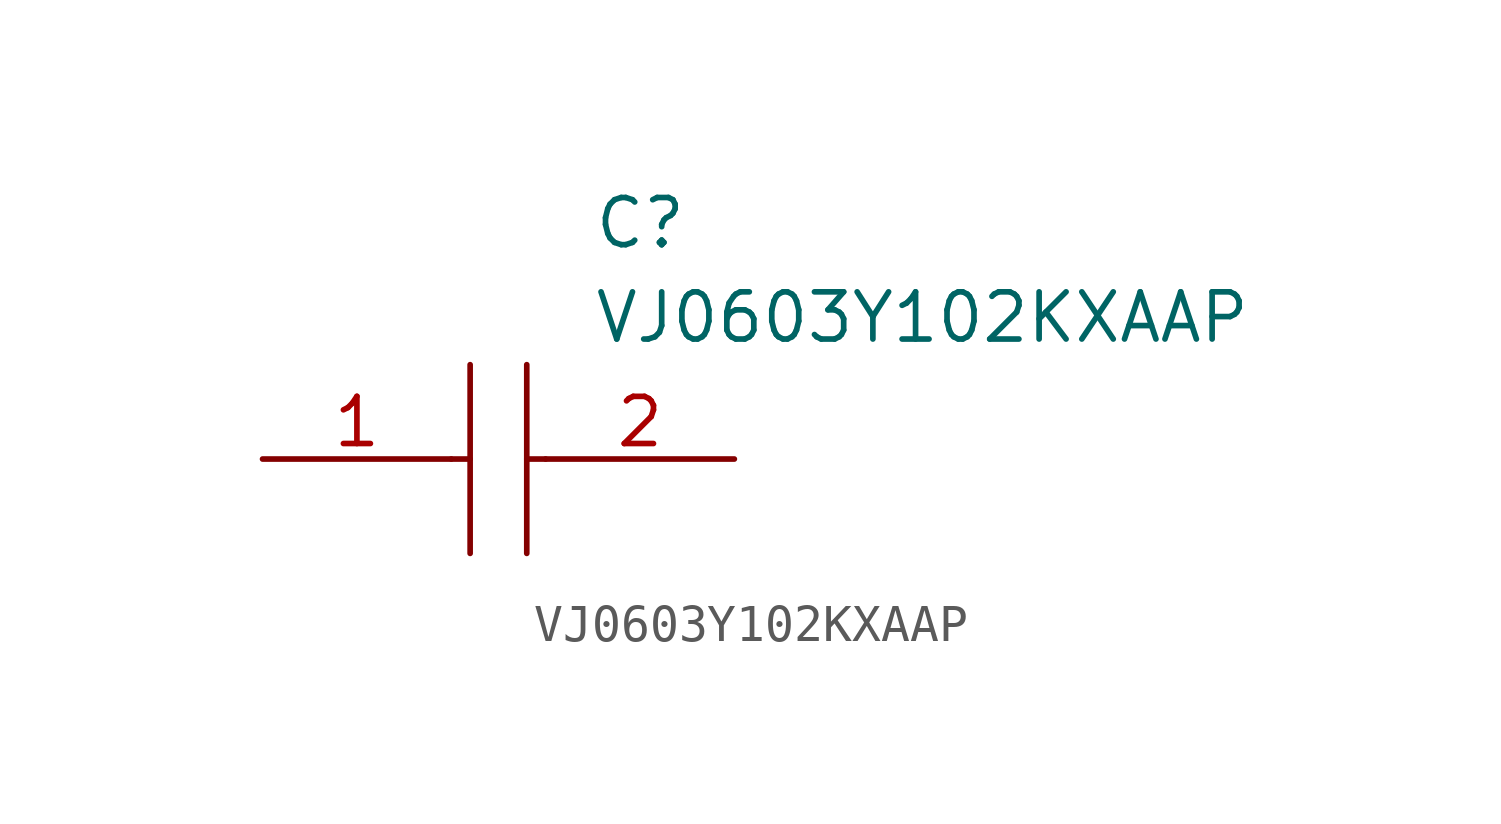
<source format=kicad_sym>
(kicad_symbol_lib
  (version 20211014)
  (generator kicad_symbol_editor)
  (symbol "VJ0603Y102KXAAP"
    (pin_names
      (offset 0.762))
    (property "Reference" "C"
      (at 8.89 6.35 0)
      (effects (font (size 1.27 1.27)) (justify left)))
    (property "Value" "VJ0603Y102KXAAP"
      (at 8.89 3.81 0)
      (effects (font (size 1.27 1.27)) (justify left)))
    (symbol "VJ0603Y102KXAAP_0_0"
      (pin passive line (at 0 0 0) (length 5.08) (name "~" (effects (font (size 1.27 1.27)))) (number "1" (effects (font (size 1.27 1.27)))))
      (pin passive line (at 12.7 0 180) (length 5.08) (name "~" (effects (font (size 1.27 1.27)))) (number "2" (effects (font (size 1.27 1.27))))))
    (symbol "VJ0603Y102KXAAP_0_1"
      (polyline (pts (xy 5.08 0) (xy 5.588 0)) (stroke (width 0.152) (type default) (color 0 0 0 0)) (fill (type none)))
      (polyline (pts (xy 5.588 2.54) (xy 5.588 -2.54)) (stroke (width 0.152) (type default) (color 0 0 0 0)) (fill (type none)))
      (polyline (pts (xy 7.112 0) (xy 7.62 0)) (stroke (width 0.152) (type default) (color 0 0 0 0)) (fill (type none)))
      (polyline (pts (xy 7.112 2.54) (xy 7.112 -2.54)) (stroke (width 0.152) (type default) (color 0 0 0 0)) (fill (type none))))))
</source>
